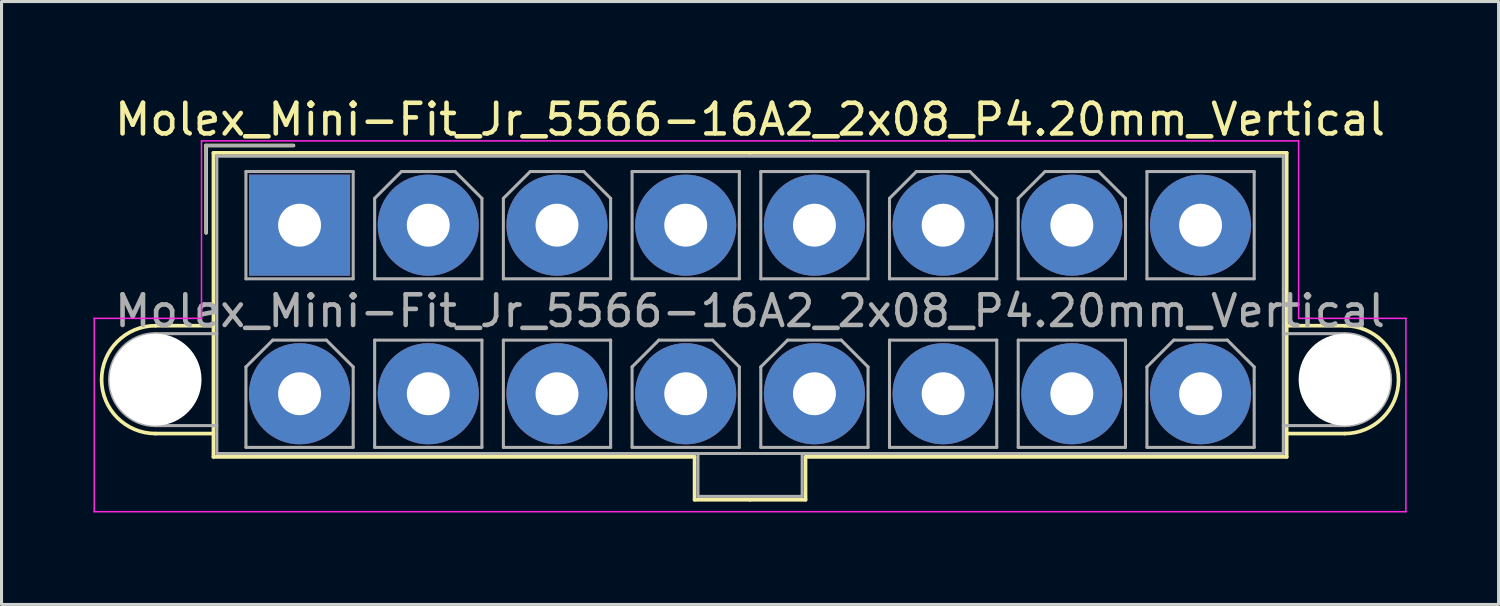
<source format=kicad_pcb>
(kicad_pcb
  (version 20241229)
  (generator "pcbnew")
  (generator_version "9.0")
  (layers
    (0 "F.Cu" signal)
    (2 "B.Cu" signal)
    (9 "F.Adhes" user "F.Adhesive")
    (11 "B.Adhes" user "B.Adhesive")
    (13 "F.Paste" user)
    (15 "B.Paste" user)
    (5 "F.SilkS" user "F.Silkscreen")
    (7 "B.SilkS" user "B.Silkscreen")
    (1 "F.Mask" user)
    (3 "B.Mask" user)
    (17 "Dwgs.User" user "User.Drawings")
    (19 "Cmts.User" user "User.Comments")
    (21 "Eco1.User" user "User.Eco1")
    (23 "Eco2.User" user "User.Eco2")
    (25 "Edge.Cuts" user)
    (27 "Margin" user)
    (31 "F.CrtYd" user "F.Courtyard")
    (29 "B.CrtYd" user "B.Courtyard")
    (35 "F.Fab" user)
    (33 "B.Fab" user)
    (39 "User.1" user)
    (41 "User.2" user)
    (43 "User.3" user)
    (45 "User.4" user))
  (footprint "Molex_Mini-Fit_Jr_5566-16A2_2x08_P4.20mm_Vertical"
    (layer "F.Cu")
    (at 6.725 4.298)
    (property "Reference" "Molex_Mini-Fit_Jr_5566-16A2_2x08_P4.20mm_Vertical" (at 14.7 -3.45 0) (layer "F.SilkS") (effects (font (size 1 1) (thickness 0.15))))
    (attr through_hole)
    (fp_line (start -4.7 3.28) (end -2.81 3.28) (stroke (width 0.12) (type solid)) (layer "F.SilkS"))
    (fp_line (start -4.7 6.8) (end -2.81 6.8) (stroke (width 0.12) (type solid)) (layer "F.SilkS"))
    (fp_line (start -3.05 -2.6) (end -3.05 0.25) (stroke (width 0.12) (type solid)) (layer "F.SilkS"))
    (fp_line (start -2.81 -2.36) (end -2.81 7.56) (stroke (width 0.12) (type solid)) (layer "F.SilkS"))
    (fp_line (start -2.81 7.56) (end 12.89 7.56) (stroke (width 0.12) (type solid)) (layer "F.SilkS"))
    (fp_line (start -0.2 -2.6) (end -3.05 -2.6) (stroke (width 0.12) (type solid)) (layer "F.SilkS"))
    (fp_line (start 12.89 7.56) (end 12.89 8.96) (stroke (width 0.12) (type solid)) (layer "F.SilkS"))
    (fp_line (start 12.89 8.96) (end 14.7 8.96) (stroke (width 0.12) (type solid)) (layer "F.SilkS"))
    (fp_line (start 14.7 -2.36) (end -2.81 -2.36) (stroke (width 0.12) (type solid)) (layer "F.SilkS"))
    (fp_line (start 14.7 -2.36) (end 32.21 -2.36) (stroke (width 0.12) (type solid)) (layer "F.SilkS"))
    (fp_line (start 16.51 7.56) (end 16.51 8.96) (stroke (width 0.12) (type solid)) (layer "F.SilkS"))
    (fp_line (start 16.51 8.96) (end 14.7 8.96) (stroke (width 0.12) (type solid)) (layer "F.SilkS"))
    (fp_line (start 32.21 -2.36) (end 32.21 7.56) (stroke (width 0.12) (type solid)) (layer "F.SilkS"))
    (fp_line (start 32.21 7.56) (end 16.51 7.56) (stroke (width 0.12) (type solid)) (layer "F.SilkS"))
    (fp_line (start 34.1 3.28) (end 32.21 3.28) (stroke (width 0.12) (type solid)) (layer "F.SilkS"))
    (fp_line (start 34.1 6.8) (end 32.21 6.8) (stroke (width 0.12) (type solid)) (layer "F.SilkS"))
    (fp_arc (start -4.7 6.8) (mid -6.46 5.04) (end -4.7 3.28) (stroke (width 0.12) (type solid)) (layer "F.SilkS"))
    (fp_arc (start 34.1 3.28) (mid 35.86 5.04) (end 34.1 6.8) (stroke (width 0.12) (type solid)) (layer "F.SilkS"))
    (fp_line (start -6.7 3.04) (end -6.7 9.35) (stroke (width 0.05) (type solid)) (layer "F.CrtYd"))
    (fp_line (start -6.7 9.35) (end 36.1 9.35) (stroke (width 0.05) (type solid)) (layer "F.CrtYd"))
    (fp_line (start -3.2 -2.75) (end -3.2 3.04) (stroke (width 0.05) (type solid)) (layer "F.CrtYd"))
    (fp_line (start -3.2 3.04) (end -6.7 3.04) (stroke (width 0.05) (type solid)) (layer "F.CrtYd"))
    (fp_line (start 32.6 -2.75) (end -3.2 -2.75) (stroke (width 0.05) (type solid)) (layer "F.CrtYd"))
    (fp_line (start 32.6 3.04) (end 32.6 -2.75) (stroke (width 0.05) (type solid)) (layer "F.CrtYd"))
    (fp_line (start 36.1 3.04) (end 32.6 3.04) (stroke (width 0.05) (type solid)) (layer "F.CrtYd"))
    (fp_line (start 36.1 9.35) (end 36.1 3.04) (stroke (width 0.05) (type solid)) (layer "F.CrtYd"))
    (fp_line (start -4.7 3.54) (end -2.7 3.54) (stroke (width 0.1) (type solid)) (layer "F.Fab"))
    (fp_line (start -4.7 6.54) (end -2.7 6.54) (stroke (width 0.1) (type solid)) (layer "F.Fab"))
    (fp_line (start -3.05 -2.6) (end -3.05 0.25) (stroke (width 0.1) (type solid)) (layer "F.Fab"))
    (fp_line (start -2.7 -2.25) (end -2.7 7.45) (stroke (width 0.1) (type solid)) (layer "F.Fab"))
    (fp_line (start -2.7 7.45) (end 32.1 7.45) (stroke (width 0.1) (type solid)) (layer "F.Fab"))
    (fp_line (start -1.75 -1.75) (end -1.75 1.75) (stroke (width 0.1) (type solid)) (layer "F.Fab"))
    (fp_line (start -1.75 1.75) (end 1.75 1.75) (stroke (width 0.1) (type solid)) (layer "F.Fab"))
    (fp_line (start -1.75 4.625) (end -0.875 3.75) (stroke (width 0.1) (type solid)) (layer "F.Fab"))
    (fp_line (start -1.75 7.25) (end -1.75 4.625) (stroke (width 0.1) (type solid)) (layer "F.Fab"))
    (fp_line (start -0.875 3.75) (end 0.875 3.75) (stroke (width 0.1) (type solid)) (layer "F.Fab"))
    (fp_line (start -0.2 -2.6) (end -3.05 -2.6) (stroke (width 0.1) (type solid)) (layer "F.Fab"))
    (fp_line (start 0.875 3.75) (end 1.75 4.625) (stroke (width 0.1) (type solid)) (layer "F.Fab"))
    (fp_line (start 1.75 -1.75) (end -1.75 -1.75) (stroke (width 0.1) (type solid)) (layer "F.Fab"))
    (fp_line (start 1.75 1.75) (end 1.75 -1.75) (stroke (width 0.1) (type solid)) (layer "F.Fab"))
    (fp_line (start 1.75 4.625) (end 1.75 7.25) (stroke (width 0.1) (type solid)) (layer "F.Fab"))
    (fp_line (start 1.75 7.25) (end -1.75 7.25) (stroke (width 0.1) (type solid)) (layer "F.Fab"))
    (fp_line (start 2.45 -0.875) (end 3.325 -1.75) (stroke (width 0.1) (type solid)) (layer "F.Fab"))
    (fp_line (start 2.45 1.75) (end 2.45 -0.875) (stroke (width 0.1) (type solid)) (layer "F.Fab"))
    (fp_line (start 2.45 3.75) (end 2.45 7.25) (stroke (width 0.1) (type solid)) (layer "F.Fab"))
    (fp_line (start 2.45 7.25) (end 5.95 7.25) (stroke (width 0.1) (type solid)) (layer "F.Fab"))
    (fp_line (start 3.325 -1.75) (end 5.075 -1.75) (stroke (width 0.1) (type solid)) (layer "F.Fab"))
    (fp_line (start 5.075 -1.75) (end 5.95 -0.875) (stroke (width 0.1) (type solid)) (layer "F.Fab"))
    (fp_line (start 5.95 -0.875) (end 5.95 1.75) (stroke (width 0.1) (type solid)) (layer "F.Fab"))
    (fp_line (start 5.95 1.75) (end 2.45 1.75) (stroke (width 0.1) (type solid)) (layer "F.Fab"))
    (fp_line (start 5.95 3.75) (end 2.45 3.75) (stroke (width 0.1) (type solid)) (layer "F.Fab"))
    (fp_line (start 5.95 7.25) (end 5.95 3.75) (stroke (width 0.1) (type solid)) (layer "F.Fab"))
    (fp_line (start 6.65 -0.875) (end 7.525 -1.75) (stroke (width 0.1) (type solid)) (layer "F.Fab"))
    (fp_line (start 6.65 1.75) (end 6.65 -0.875) (stroke (width 0.1) (type solid)) (layer "F.Fab"))
    (fp_line (start 6.65 3.75) (end 6.65 7.25) (stroke (width 0.1) (type solid)) (layer "F.Fab"))
    (fp_line (start 6.65 7.25) (end 10.15 7.25) (stroke (width 0.1) (type solid)) (layer "F.Fab"))
    (fp_line (start 7.525 -1.75) (end 9.275 -1.75) (stroke (width 0.1) (type solid)) (layer "F.Fab"))
    (fp_line (start 9.275 -1.75) (end 10.15 -0.875) (stroke (width 0.1) (type solid)) (layer "F.Fab"))
    (fp_line (start 10.15 -0.875) (end 10.15 1.75) (stroke (width 0.1) (type solid)) (layer "F.Fab"))
    (fp_line (start 10.15 1.75) (end 6.65 1.75) (stroke (width 0.1) (type solid)) (layer "F.Fab"))
    (fp_line (start 10.15 3.75) (end 6.65 3.75) (stroke (width 0.1) (type solid)) (layer "F.Fab"))
    (fp_line (start 10.15 7.25) (end 10.15 3.75) (stroke (width 0.1) (type solid)) (layer "F.Fab"))
    (fp_line (start 10.85 -1.75) (end 10.85 1.75) (stroke (width 0.1) (type solid)) (layer "F.Fab"))
    (fp_line (start 10.85 1.75) (end 14.35 1.75) (stroke (width 0.1) (type solid)) (layer "F.Fab"))
    (fp_line (start 10.85 4.625) (end 11.725 3.75) (stroke (width 0.1) (type solid)) (layer "F.Fab"))
    (fp_line (start 10.85 7.25) (end 10.85 4.625) (stroke (width 0.1) (type solid)) (layer "F.Fab"))
    (fp_line (start 11.725 3.75) (end 13.475 3.75) (stroke (width 0.1) (type solid)) (layer "F.Fab"))
    (fp_line (start 13 7.45) (end 13 8.85) (stroke (width 0.1) (type solid)) (layer "F.Fab"))
    (fp_line (start 13 8.85) (end 16.4 8.85) (stroke (width 0.1) (type solid)) (layer "F.Fab"))
    (fp_line (start 13.475 3.75) (end 14.35 4.625) (stroke (width 0.1) (type solid)) (layer "F.Fab"))
    (fp_line (start 14.35 -1.75) (end 10.85 -1.75) (stroke (width 0.1) (type solid)) (layer "F.Fab"))
    (fp_line (start 14.35 1.75) (end 14.35 -1.75) (stroke (width 0.1) (type solid)) (layer "F.Fab"))
    (fp_line (start 14.35 4.625) (end 14.35 7.25) (stroke (width 0.1) (type solid)) (layer "F.Fab"))
    (fp_line (start 14.35 7.25) (end 10.85 7.25) (stroke (width 0.1) (type solid)) (layer "F.Fab"))
    (fp_line (start 15.05 -1.75) (end 15.05 1.75) (stroke (width 0.1) (type solid)) (layer "F.Fab"))
    (fp_line (start 15.05 1.75) (end 18.55 1.75) (stroke (width 0.1) (type solid)) (layer "F.Fab"))
    (fp_line (start 15.05 4.625) (end 15.925 3.75) (stroke (width 0.1) (type solid)) (layer "F.Fab"))
    (fp_line (start 15.05 7.25) (end 15.05 4.625) (stroke (width 0.1) (type solid)) (layer "F.Fab"))
    (fp_line (start 15.925 3.75) (end 17.675 3.75) (stroke (width 0.1) (type solid)) (layer "F.Fab"))
    (fp_line (start 16.4 8.85) (end 16.4 7.45) (stroke (width 0.1) (type solid)) (layer "F.Fab"))
    (fp_line (start 17.675 3.75) (end 18.55 4.625) (stroke (width 0.1) (type solid)) (layer "F.Fab"))
    (fp_line (start 18.55 -1.75) (end 15.05 -1.75) (stroke (width 0.1) (type solid)) (layer "F.Fab"))
    (fp_line (start 18.55 1.75) (end 18.55 -1.75) (stroke (width 0.1) (type solid)) (layer "F.Fab"))
    (fp_line (start 18.55 4.625) (end 18.55 7.25) (stroke (width 0.1) (type solid)) (layer "F.Fab"))
    (fp_line (start 18.55 7.25) (end 15.05 7.25) (stroke (width 0.1) (type solid)) (layer "F.Fab"))
    (fp_line (start 19.25 -0.875) (end 20.125 -1.75) (stroke (width 0.1) (type solid)) (layer "F.Fab"))
    (fp_line (start 19.25 1.75) (end 19.25 -0.875) (stroke (width 0.1) (type solid)) (layer "F.Fab"))
    (fp_line (start 19.25 3.75) (end 19.25 7.25) (stroke (width 0.1) (type solid)) (layer "F.Fab"))
    (fp_line (start 19.25 7.25) (end 22.75 7.25) (stroke (width 0.1) (type solid)) (layer "F.Fab"))
    (fp_line (start 20.125 -1.75) (end 21.875 -1.75) (stroke (width 0.1) (type solid)) (layer "F.Fab"))
    (fp_line (start 21.875 -1.75) (end 22.75 -0.875) (stroke (width 0.1) (type solid)) (layer "F.Fab"))
    (fp_line (start 22.75 -0.875) (end 22.75 1.75) (stroke (width 0.1) (type solid)) (layer "F.Fab"))
    (fp_line (start 22.75 1.75) (end 19.25 1.75) (stroke (width 0.1) (type solid)) (layer "F.Fab"))
    (fp_line (start 22.75 3.75) (end 19.25 3.75) (stroke (width 0.1) (type solid)) (layer "F.Fab"))
    (fp_line (start 22.75 7.25) (end 22.75 3.75) (stroke (width 0.1) (type solid)) (layer "F.Fab"))
    (fp_line (start 23.45 -0.875) (end 24.325 -1.75) (stroke (width 0.1) (type solid)) (layer "F.Fab"))
    (fp_line (start 23.45 1.75) (end 23.45 -0.875) (stroke (width 0.1) (type solid)) (layer "F.Fab"))
    (fp_line (start 23.45 3.75) (end 23.45 7.25) (stroke (width 0.1) (type solid)) (layer "F.Fab"))
    (fp_line (start 23.45 7.25) (end 26.95 7.25) (stroke (width 0.1) (type solid)) (layer "F.Fab"))
    (fp_line (start 24.325 -1.75) (end 26.075 -1.75) (stroke (width 0.1) (type solid)) (layer "F.Fab"))
    (fp_line (start 26.075 -1.75) (end 26.95 -0.875) (stroke (width 0.1) (type solid)) (layer "F.Fab"))
    (fp_line (start 26.95 -0.875) (end 26.95 1.75) (stroke (width 0.1) (type solid)) (layer "F.Fab"))
    (fp_line (start 26.95 1.75) (end 23.45 1.75) (stroke (width 0.1) (type solid)) (layer "F.Fab"))
    (fp_line (start 26.95 3.75) (end 23.45 3.75) (stroke (width 0.1) (type solid)) (layer "F.Fab"))
    (fp_line (start 26.95 7.25) (end 26.95 3.75) (stroke (width 0.1) (type solid)) (layer "F.Fab"))
    (fp_line (start 27.65 -1.75) (end 27.65 1.75) (stroke (width 0.1) (type solid)) (layer "F.Fab"))
    (fp_line (start 27.65 1.75) (end 31.15 1.75) (stroke (width 0.1) (type solid)) (layer "F.Fab"))
    (fp_line (start 27.65 4.625) (end 28.525 3.75) (stroke (width 0.1) (type solid)) (layer "F.Fab"))
    (fp_line (start 27.65 7.25) (end 27.65 4.625) (stroke (width 0.1) (type solid)) (layer "F.Fab"))
    (fp_line (start 28.525 3.75) (end 30.275 3.75) (stroke (width 0.1) (type solid)) (layer "F.Fab"))
    (fp_line (start 30.275 3.75) (end 31.15 4.625) (stroke (width 0.1) (type solid)) (layer "F.Fab"))
    (fp_line (start 31.15 -1.75) (end 27.65 -1.75) (stroke (width 0.1) (type solid)) (layer "F.Fab"))
    (fp_line (start 31.15 1.75) (end 31.15 -1.75) (stroke (width 0.1) (type solid)) (layer "F.Fab"))
    (fp_line (start 31.15 4.625) (end 31.15 7.25) (stroke (width 0.1) (type solid)) (layer "F.Fab"))
    (fp_line (start 31.15 7.25) (end 27.65 7.25) (stroke (width 0.1) (type solid)) (layer "F.Fab"))
    (fp_line (start 32.1 -2.25) (end -2.7 -2.25) (stroke (width 0.1) (type solid)) (layer "F.Fab"))
    (fp_line (start 32.1 7.45) (end 32.1 -2.25) (stroke (width 0.1) (type solid)) (layer "F.Fab"))
    (fp_line (start 34.1 3.54) (end 32.1 3.54) (stroke (width 0.1) (type solid)) (layer "F.Fab"))
    (fp_line (start 34.1 6.54) (end 32.1 6.54) (stroke (width 0.1) (type solid)) (layer "F.Fab"))
    (fp_arc (start -4.7 6.54) (mid -6.2 5.04) (end -4.7 3.54) (stroke (width 0.1) (type solid)) (layer "F.Fab"))
    (fp_arc (start 34.1 3.54) (mid 35.6 5.04) (end 34.1 6.54) (stroke (width 0.1) (type solid)) (layer "F.Fab"))
    (fp_text user "${REFERENCE}" (at 14.7 2.8 0) (layer "F.Fab") (effects (font (size 1 1) (thickness 0.15))))
    (pad "" np_thru_hole circle (at -4.7 5.04) (size 3 3) (drill 3) (layers "*.Cu" "*.Mask"))
    (pad "" np_thru_hole circle (at 34.1 5.04) (size 3 3) (drill 3) (layers "*.Cu" "*.Mask"))
    (pad "1" thru_hole rect (at 0 0) (size 3.3 3.3) (drill 1.4) (layers "*.Cu" "*.Mask"))
    (pad "2" thru_hole circle (at 4.2 0) (size 3.3 3.3) (drill 1.4) (layers "*.Cu" "*.Mask"))
    (pad "3" thru_hole circle (at 8.4 0) (size 3.3 3.3) (drill 1.4) (layers "*.Cu" "*.Mask"))
    (pad "4" thru_hole circle (at 12.6 0) (size 3.3 3.3) (drill 1.4) (layers "*.Cu" "*.Mask"))
    (pad "5" thru_hole circle (at 16.8 0) (size 3.3 3.3) (drill 1.4) (layers "*.Cu" "*.Mask"))
    (pad "6" thru_hole circle (at 21 0) (size 3.3 3.3) (drill 1.4) (layers "*.Cu" "*.Mask"))
    (pad "7" thru_hole circle (at 25.2 0) (size 3.3 3.3) (drill 1.4) (layers "*.Cu" "*.Mask"))
    (pad "8" thru_hole circle (at 29.4 0) (size 3.3 3.3) (drill 1.4) (layers "*.Cu" "*.Mask"))
    (pad "9" thru_hole circle (at 0 5.5) (size 3.3 3.3) (drill 1.4) (layers "*.Cu" "*.Mask"))
    (pad "10" thru_hole circle (at 4.2 5.5) (size 3.3 3.3) (drill 1.4) (layers "*.Cu" "*.Mask"))
    (pad "11" thru_hole circle (at 8.4 5.5) (size 3.3 3.3) (drill 1.4) (layers "*.Cu" "*.Mask"))
    (pad "12" thru_hole circle (at 12.6 5.5) (size 3.3 3.3) (drill 1.4) (layers "*.Cu" "*.Mask"))
    (pad "13" thru_hole circle (at 16.8 5.5) (size 3.3 3.3) (drill 1.4) (layers "*.Cu" "*.Mask"))
    (pad "14" thru_hole circle (at 21 5.5) (size 3.3 3.3) (drill 1.4) (layers "*.Cu" "*.Mask"))
    (pad "15" thru_hole circle (at 25.2 5.5) (size 3.3 3.3) (drill 1.4) (layers "*.Cu" "*.Mask"))
    (pad "16" thru_hole circle (at 29.4 5.5) (size 3.3 3.3) (drill 1.4) (layers "*.Cu" "*.Mask")))
  (gr_rect
    (start -3 -3)
    (end 45.85 16.673)
    (stroke (width 0.1) (type default))
    (fill no)
    (layer "Edge.Cuts")))
</source>
